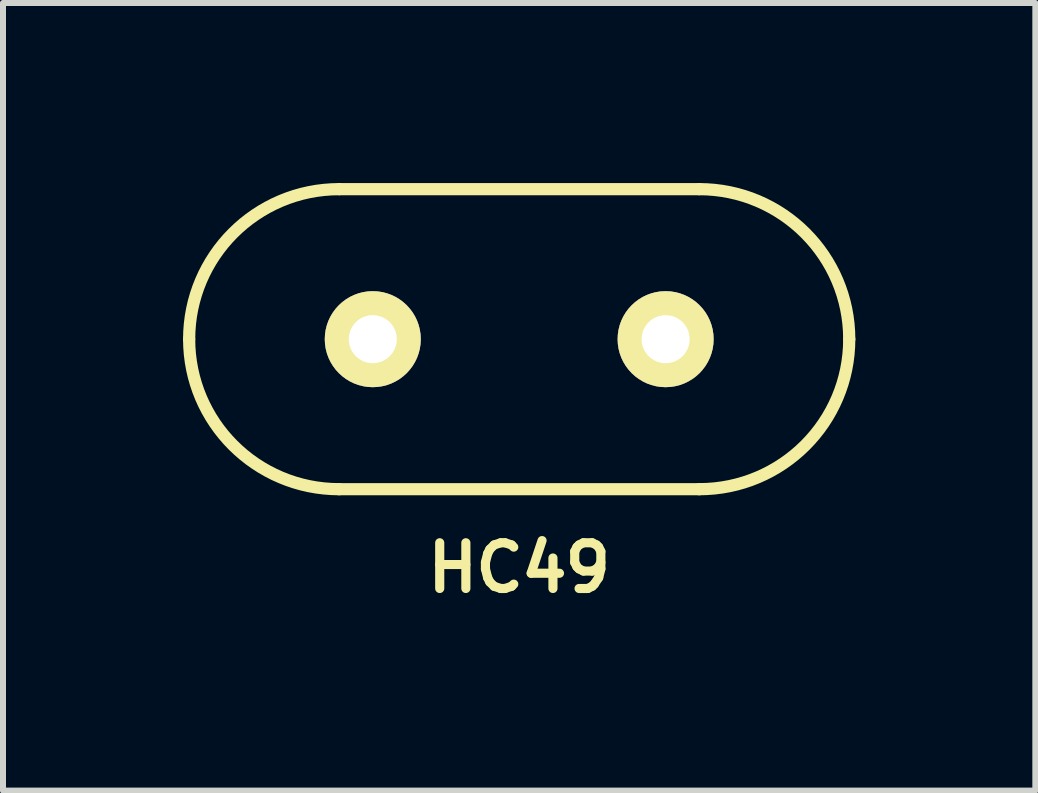
<source format=kicad_pcb>
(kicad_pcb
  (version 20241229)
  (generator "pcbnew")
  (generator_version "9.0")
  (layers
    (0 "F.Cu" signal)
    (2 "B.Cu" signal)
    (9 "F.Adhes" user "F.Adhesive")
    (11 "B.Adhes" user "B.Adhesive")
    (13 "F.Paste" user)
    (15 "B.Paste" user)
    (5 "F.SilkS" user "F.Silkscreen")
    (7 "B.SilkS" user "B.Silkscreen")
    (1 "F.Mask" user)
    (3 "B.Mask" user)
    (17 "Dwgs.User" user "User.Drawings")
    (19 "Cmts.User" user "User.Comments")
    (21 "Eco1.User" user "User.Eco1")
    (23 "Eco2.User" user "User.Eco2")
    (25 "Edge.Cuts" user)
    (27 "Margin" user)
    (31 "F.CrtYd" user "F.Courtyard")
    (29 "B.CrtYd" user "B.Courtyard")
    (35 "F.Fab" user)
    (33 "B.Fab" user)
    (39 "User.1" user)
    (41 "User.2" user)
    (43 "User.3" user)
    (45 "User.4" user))
  (footprint "HC49"
    (layer "F.Cu")
    (at 5.602 2.602)
    (property "Reference" "HC49" (at 0 3.81 0) (layer "F.SilkS") (effects (font (size 0.762 0.762) (thickness 0.152))))
    (attr through_hole)
    (fp_line (start -3 -2.5) (end 3 -2.5) (stroke (width 0.203) (type solid)) (layer "F.SilkS"))
    (fp_line (start 3 2.5) (end -3 2.5) (stroke (width 0.203) (type solid)) (layer "F.SilkS"))
    (fp_arc (start -5.5 0) (mid -4.767767 -1.767767) (end -3 -2.5) (stroke (width 0.2032) (type solid)) (layer "F.SilkS"))
    (fp_arc (start -3 2.5) (mid -4.767767 1.767767) (end -5.5 0) (stroke (width 0.2032) (type solid)) (layer "F.SilkS"))
    (fp_arc (start 3 -2.5) (mid 4.767767 -1.767767) (end 5.5 0) (stroke (width 0.2032) (type solid)) (layer "F.SilkS"))
    (fp_arc (start 5.5 0) (mid 4.767767 1.767767) (end 3 2.5) (stroke (width 0.2032) (type solid)) (layer "F.SilkS"))
    (pad "1" thru_hole circle (at -2.44 0) (size 1.6 1.6) (drill 0.8) (layers "*.Cu" "*.Mask" "F.SilkS"))
    (pad "2" thru_hole circle (at 2.44 0) (size 1.6 1.6) (drill 0.8) (layers "*.Cu" "*.Mask" "F.SilkS")))
  (gr_rect
    (start -3 -3)
    (end 14.203 10.125)
    (stroke (width 0.1) (type default))
    (fill no)
    (layer "Edge.Cuts")))
</source>
